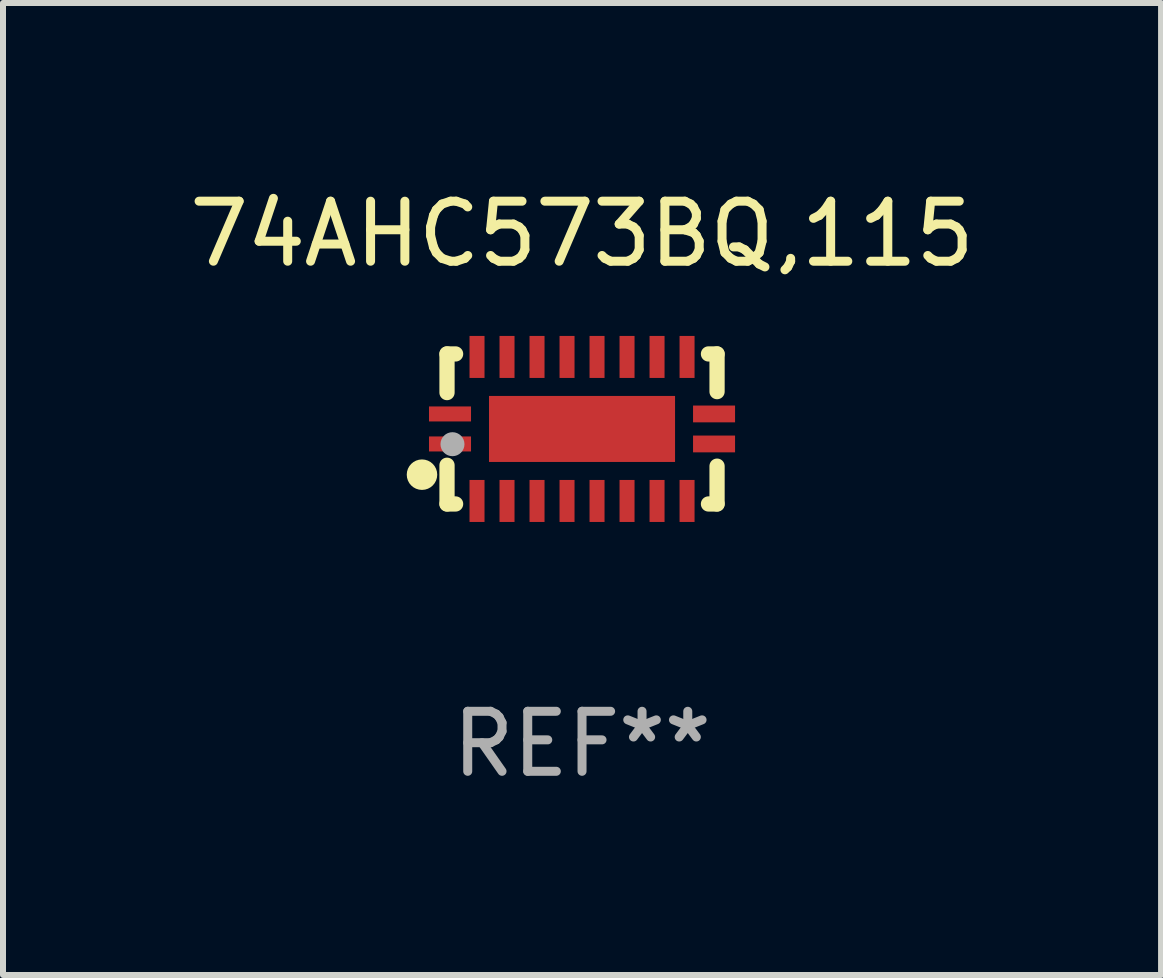
<source format=kicad_pcb>
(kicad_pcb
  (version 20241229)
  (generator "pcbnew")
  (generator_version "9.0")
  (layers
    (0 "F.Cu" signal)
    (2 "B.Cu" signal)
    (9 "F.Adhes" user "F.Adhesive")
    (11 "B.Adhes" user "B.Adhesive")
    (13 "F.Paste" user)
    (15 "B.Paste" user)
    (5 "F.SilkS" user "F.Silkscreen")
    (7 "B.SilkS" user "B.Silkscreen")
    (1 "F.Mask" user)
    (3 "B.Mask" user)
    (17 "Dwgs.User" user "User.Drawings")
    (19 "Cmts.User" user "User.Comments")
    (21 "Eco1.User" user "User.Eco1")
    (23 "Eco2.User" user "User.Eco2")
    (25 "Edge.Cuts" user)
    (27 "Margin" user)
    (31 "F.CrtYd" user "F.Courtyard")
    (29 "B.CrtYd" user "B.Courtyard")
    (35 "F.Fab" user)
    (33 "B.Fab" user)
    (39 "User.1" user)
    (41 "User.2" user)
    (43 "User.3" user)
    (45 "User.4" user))
  (footprint "74AHC573BQ,115"
    (layer "F.Cu")
    (at 6.649 4.098)
    (property "Reference" "74AHC573BQ,115" (at 0 -3.25 0) (layer "F.SilkS") (effects (font (size 1 1) (thickness 0.15))))
    (attr through_hole)
    (fp_line (start -2.25 0.605) (end -2.25 1.25) (stroke (width 0.254) (type solid)) (layer "F.SilkS"))
    (fp_line (start -2.25 1.25) (end -2.107 1.25) (stroke (width 0.254) (type solid)) (layer "F.SilkS"))
    (fp_line (start -2.25 -1.25) (end -2.25 -0.606) (stroke (width 0.254) (type solid)) (layer "F.SilkS"))
    (fp_line (start -2.25 -1.25) (end -2.107 -1.25) (stroke (width 0.254) (type solid)) (layer "F.SilkS"))
    (fp_line (start 2.107 -1.25) (end 2.25 -1.25) (stroke (width 0.254) (type solid)) (layer "F.SilkS"))
    (fp_line (start 2.107 1.25) (end 2.25 1.25) (stroke (width 0.254) (type solid)) (layer "F.SilkS"))
    (fp_line (start 2.25 -1.25) (end 2.25 -0.622) (stroke (width 0.254) (type solid)) (layer "F.SilkS"))
    (fp_line (start 2.25 0.62) (end 2.25 1.25) (stroke (width 0.254) (type solid)) (layer "F.SilkS"))
    (fp_circle (center -2.667 0.762) (end -2.54 0.762) (stroke (width 0.254) (type solid)) (fill no) (layer "F.SilkS"))
    (fp_circle (center -2.25 1.249) (end -2.22 1.249) (stroke (width 0.06) (type solid)) (fill no) (layer "F.SilkS"))
    (fp_circle (center -2.159 0.254) (end -2.059 0.254) (stroke (width 0.2) (type solid)) (fill no) (layer "F.Fab"))
    (fp_text user "REF**" (at 0 5.25 0) (layer "F.Fab") (effects (font (size 1 1) (thickness 0.15))))
    (pad "1" smd rect (at -2.2 0.25 180) (size 0.7 0.25) (layers "F.Cu" "F.Mask" "F.Paste"))
    (pad "2" smd rect (at -1.75 1.2 90) (size 0.7 0.25) (layers "F.Cu" "F.Mask" "F.Paste"))
    (pad "3" smd rect (at -1.25 1.2 90) (size 0.7 0.25) (layers "F.Cu" "F.Mask" "F.Paste"))
    (pad "4" smd rect (at -0.75 1.2 90) (size 0.7 0.25) (layers "F.Cu" "F.Mask" "F.Paste"))
    (pad "5" smd rect (at -0.25 1.2 90) (size 0.7 0.25) (layers "F.Cu" "F.Mask" "F.Paste"))
    (pad "6" smd rect (at 0.25 1.2 90) (size 0.7 0.25) (layers "F.Cu" "F.Mask" "F.Paste"))
    (pad "7" smd rect (at 0.75 1.2 90) (size 0.7 0.25) (layers "F.Cu" "F.Mask" "F.Paste"))
    (pad "8" smd rect (at 1.25 1.2 90) (size 0.7 0.25) (layers "F.Cu" "F.Mask" "F.Paste"))
    (pad "9" smd rect (at 1.75 1.2 90) (size 0.7 0.25) (layers "F.Cu" "F.Mask" "F.Paste"))
    (pad "10" smd rect (at 2.2 0.25 180) (size 0.7 0.28) (layers "F.Cu" "F.Mask" "F.Paste"))
    (pad "11" smd rect (at 2.2 -0.25 180) (size 0.7 0.28) (layers "F.Cu" "F.Mask" "F.Paste"))
    (pad "12" smd rect (at 1.75 -1.2 90) (size 0.7 0.25) (layers "F.Cu" "F.Mask" "F.Paste"))
    (pad "13" smd rect (at 1.25 -1.2 90) (size 0.7 0.25) (layers "F.Cu" "F.Mask" "F.Paste"))
    (pad "14" smd rect (at 0.75 -1.2 90) (size 0.7 0.25) (layers "F.Cu" "F.Mask" "F.Paste"))
    (pad "15" smd rect (at 0.25 -1.2 90) (size 0.7 0.25) (layers "F.Cu" "F.Mask" "F.Paste"))
    (pad "16" smd rect (at -0.25 -1.2 90) (size 0.7 0.25) (layers "F.Cu" "F.Mask" "F.Paste"))
    (pad "17" smd rect (at -0.75 -1.2 90) (size 0.7 0.25) (layers "F.Cu" "F.Mask" "F.Paste"))
    (pad "18" smd rect (at -1.25 -1.2 90) (size 0.7 0.25) (layers "F.Cu" "F.Mask" "F.Paste"))
    (pad "19" smd rect (at -1.75 -1.2 90) (size 0.7 0.25) (layers "F.Cu" "F.Mask" "F.Paste"))
    (pad "20" smd rect (at -2.2 -0.25 180) (size 0.7 0.25) (layers "F.Cu" "F.Mask" "F.Paste"))
    (pad "21" smd rect (at 0 -0.000013 180) (size 3.1 1.1) (layers "F.Cu" "F.Mask" "F.Paste")))
  (gr_rect
    (start -3 -3)
    (end 16.298 13.197)
    (stroke (width 0.1) (type default))
    (fill no)
    (layer "Edge.Cuts")))
</source>
